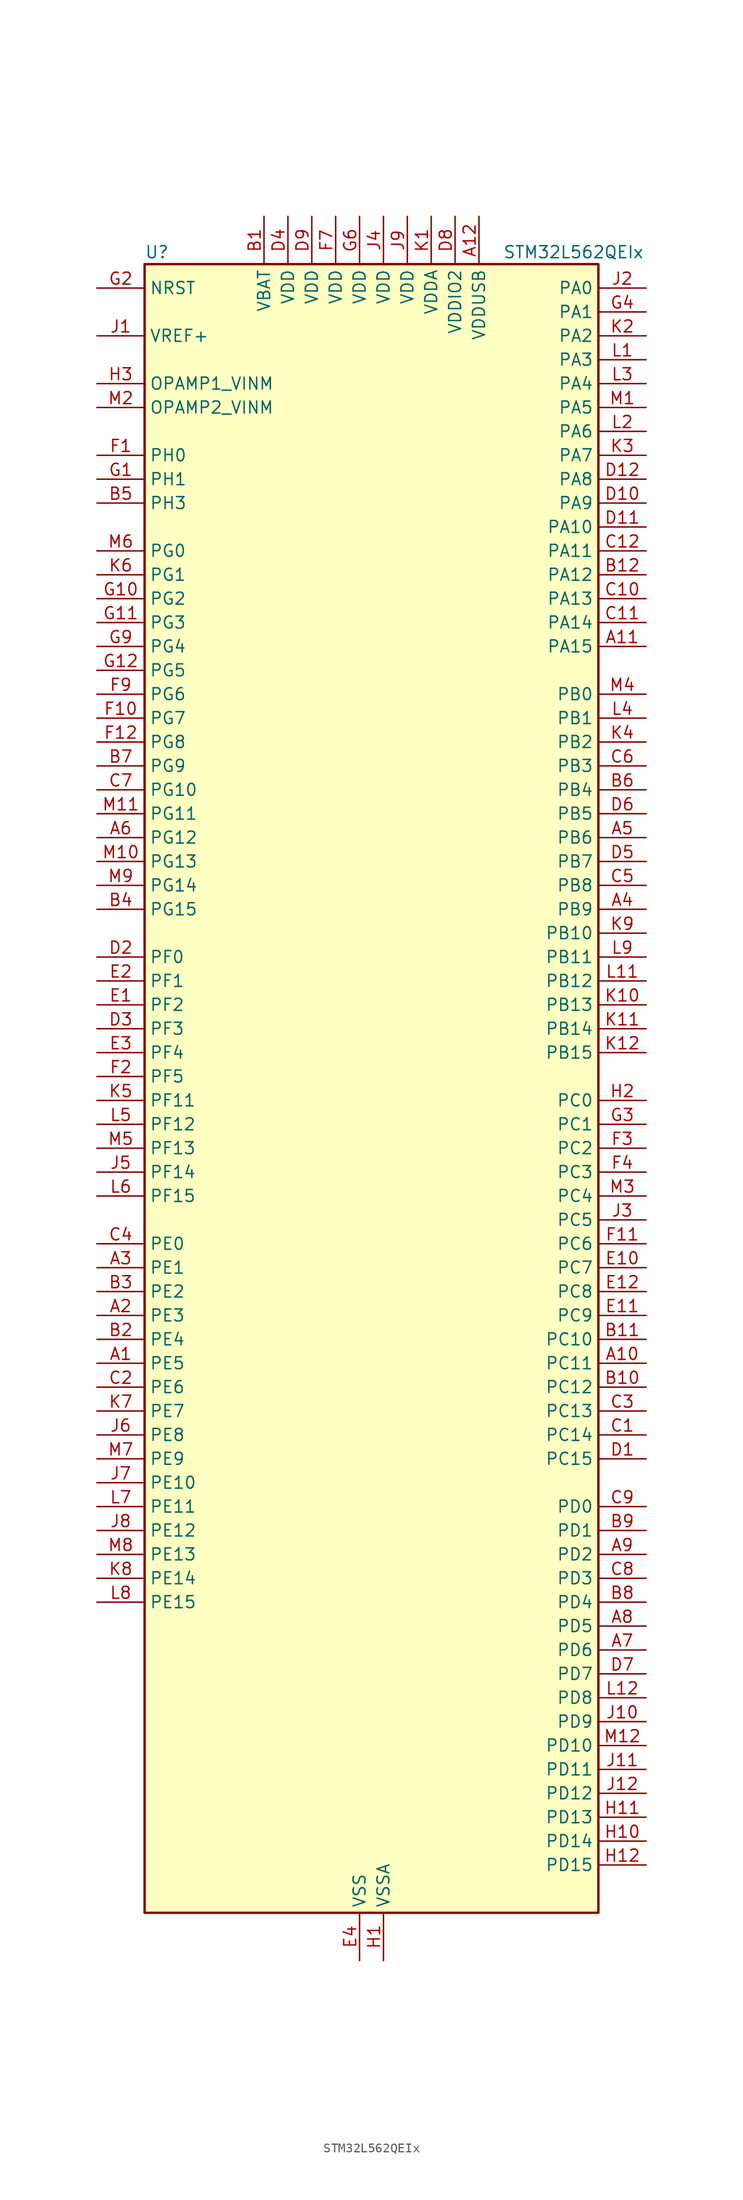
<source format=kicad_sym>
(kicad_symbol_lib
  (version 20231120)
  (generator "kicad_symbol_editor")
  (generator_version "8.0")
  (symbol "STM32L562QEIx"
    (property "Reference" "U"
      (at -22.86 90.17 0)
      (effects (font (size 1.27 1.27)) (justify left)))
    (property "Value" "STM32L562QEIx"
      (at 15.24 90.17 0)
      (effects (font (size 1.27 1.27)) (justify left)))
    (property "ki_locked" ""
      (at 0 0 0)
      (effects (font (size 1.27 1.27))))
    (symbol "STM32L562QEIx_0_1"
      (rectangle (start -22.86 -86.36) (end 25.4 88.9) (stroke (width 0.254) (type default)) (fill (type background))))
    (symbol "STM32L562QEIx_1_1"
      (pin bidirectional line (at -27.94 -27.94 0) (length 5.08) (name "PE5" (effects (font (size 1.27 1.27)))) (number "A1" (effects (font (size 1.27 1.27)))) (alternate "DEBUG_TRACED2" bidirectional line) (alternate "DFSDM1_CKIN3" bidirectional line) (alternate "FMC_A21" bidirectional line) (alternate "SAI1_CK2" bidirectional line) (alternate "SAI1_SCK_A" bidirectional line) (alternate "TIM3_CH3" bidirectional line) (alternate "TSC_G7_IO4" bidirectional line))
      (pin bidirectional line (at 30.48 -27.94 180) (length 5.08) (name "PC11" (effects (font (size 1.27 1.27)))) (number "A10" (effects (font (size 1.27 1.27)))) (alternate "ADC1_EXTI11" bidirectional line) (alternate "ADC2_EXTI11" bidirectional line) (alternate "LPTIM3_IN1" bidirectional line) (alternate "OCTOSPI1_NCS" bidirectional line) (alternate "SAI2_MCLK_B" bidirectional line) (alternate "SDMMC1_D3" bidirectional line) (alternate "SPI3_MISO" bidirectional line) (alternate "TSC_G3_IO3" bidirectional line) (alternate "UART4_RX" bidirectional line) (alternate "UCPD1_FRSTX2" bidirectional line) (alternate "USART3_RX" bidirectional line))
      (pin bidirectional line (at 30.48 48.26 180) (length 5.08) (name "PA15" (effects (font (size 1.27 1.27)))) (number "A11" (effects (font (size 1.27 1.27)))) (alternate "ADC1_EXTI15" bidirectional line) (alternate "ADC2_EXTI15" bidirectional line) (alternate "DEBUG_JTDI" bidirectional line) (alternate "SAI2_FS_B" bidirectional line) (alternate "SPI1_NSS" bidirectional line) (alternate "SPI3_NSS" bidirectional line) (alternate "TIM2_CH1" bidirectional line) (alternate "TIM2_ETR" bidirectional line) (alternate "UART4_DE" bidirectional line) (alternate "UART4_RTS" bidirectional line) (alternate "UCPD1_CC1" bidirectional line) (alternate "USART2_RX" bidirectional line) (alternate "USART3_DE" bidirectional line) (alternate "USART3_RTS" bidirectional line))
      (pin power_in line (at 12.7 93.98 270) (length 5.08) (name "VDDUSB" (effects (font (size 1.27 1.27)))) (number "A12" (effects (font (size 1.27 1.27)))))
      (pin bidirectional line (at -27.94 -22.86 0) (length 5.08) (name "PE3" (effects (font (size 1.27 1.27)))) (number "A2" (effects (font (size 1.27 1.27)))) (alternate "DEBUG_TRACED0" bidirectional line) (alternate "FMC_A19" bidirectional line) (alternate "OCTOSPI1_DQS" bidirectional line) (alternate "SAI1_SD_B" bidirectional line) (alternate "TIM3_CH1" bidirectional line) (alternate "TSC_G7_IO2" bidirectional line))
      (pin bidirectional line (at -27.94 -17.78 0) (length 5.08) (name "PE1" (effects (font (size 1.27 1.27)))) (number "A3" (effects (font (size 1.27 1.27)))) (alternate "FMC_NBL1" bidirectional line) (alternate "TIM17_CH1" bidirectional line))
      (pin bidirectional line (at 30.48 20.32 180) (length 5.08) (name "PB9" (effects (font (size 1.27 1.27)))) (number "A4" (effects (font (size 1.27 1.27)))) (alternate "DAC1_EXTI9" bidirectional line) (alternate "FDCAN1_TX" bidirectional line) (alternate "I2C1_SDA" bidirectional line) (alternate "IR_OUT" bidirectional line) (alternate "SAI1_D2" bidirectional line) (alternate "SAI1_FS_A" bidirectional line) (alternate "SDMMC1_CDIR" bidirectional line) (alternate "SDMMC1_D5" bidirectional line) (alternate "SPI2_NSS" bidirectional line) (alternate "TIM17_CH1" bidirectional line) (alternate "TIM4_CH4" bidirectional line))
      (pin bidirectional line (at 30.48 27.94 180) (length 5.08) (name "PB6" (effects (font (size 1.27 1.27)))) (number "A5" (effects (font (size 1.27 1.27)))) (alternate "COMP2_INP" bidirectional line) (alternate "I2C1_SCL" bidirectional line) (alternate "I2C4_SCL" bidirectional line) (alternate "LPTIM1_ETR" bidirectional line) (alternate "SAI1_FS_B" bidirectional line) (alternate "TIM16_CH1N" bidirectional line) (alternate "TIM4_CH1" bidirectional line) (alternate "TIM8_BKIN2" bidirectional line) (alternate "TSC_G2_IO3" bidirectional line) (alternate "USART1_TX" bidirectional line))
      (pin bidirectional line (at -27.94 27.94 0) (length 5.08) (name "PG12" (effects (font (size 1.27 1.27)))) (number "A6" (effects (font (size 1.27 1.27)))) (alternate "FMC_NE4" bidirectional line) (alternate "LPTIM1_ETR" bidirectional line) (alternate "SAI2_SD_A" bidirectional line) (alternate "SPI3_NSS" bidirectional line) (alternate "USART1_DE" bidirectional line) (alternate "USART1_RTS" bidirectional line))
      (pin bidirectional line (at 30.48 -58.42 180) (length 5.08) (name "PD6" (effects (font (size 1.27 1.27)))) (number "A7" (effects (font (size 1.27 1.27)))) (alternate "DFSDM1_DATIN1" bidirectional line) (alternate "FMC_NWAIT" bidirectional line) (alternate "OCTOSPI1_IO6" bidirectional line) (alternate "SAI1_D1" bidirectional line) (alternate "SAI1_SD_A" bidirectional line) (alternate "SPI3_MOSI" bidirectional line) (alternate "USART2_RX" bidirectional line))
      (pin bidirectional line (at 30.48 -55.88 180) (length 5.08) (name "PD5" (effects (font (size 1.27 1.27)))) (number "A8" (effects (font (size 1.27 1.27)))) (alternate "FMC_NWE" bidirectional line) (alternate "OCTOSPI1_IO5" bidirectional line) (alternate "USART2_TX" bidirectional line))
      (pin bidirectional line (at 30.48 -48.26 180) (length 5.08) (name "PD2" (effects (font (size 1.27 1.27)))) (number "A9" (effects (font (size 1.27 1.27)))) (alternate "DEBUG_TRACED2" bidirectional line) (alternate "SDMMC1_CMD" bidirectional line) (alternate "TIM3_ETR" bidirectional line) (alternate "TSC_SYNC" bidirectional line) (alternate "UART5_RX" bidirectional line) (alternate "USART3_DE" bidirectional line) (alternate "USART3_RTS" bidirectional line))
      (pin power_in line (at -10.16 93.98 270) (length 5.08) (name "VBAT" (effects (font (size 1.27 1.27)))) (number "B1" (effects (font (size 1.27 1.27)))))
      (pin bidirectional line (at 30.48 -30.48 180) (length 5.08) (name "PC12" (effects (font (size 1.27 1.27)))) (number "B10" (effects (font (size 1.27 1.27)))) (alternate "DEBUG_TRACED3" bidirectional line) (alternate "SAI2_SD_B" bidirectional line) (alternate "SDMMC1_CK" bidirectional line) (alternate "SPI3_MOSI" bidirectional line) (alternate "TSC_G3_IO4" bidirectional line) (alternate "UART5_TX" bidirectional line) (alternate "USART3_CK" bidirectional line))
      (pin bidirectional line (at 30.48 -25.4 180) (length 5.08) (name "PC10" (effects (font (size 1.27 1.27)))) (number "B11" (effects (font (size 1.27 1.27)))) (alternate "DEBUG_TRACED1" bidirectional line) (alternate "LPTIM3_ETR" bidirectional line) (alternate "SAI2_SCK_B" bidirectional line) (alternate "SDMMC1_D2" bidirectional line) (alternate "SPI3_SCK" bidirectional line) (alternate "TSC_G3_IO2" bidirectional line) (alternate "UART4_TX" bidirectional line) (alternate "USART3_TX" bidirectional line))
      (pin bidirectional line (at 30.48 55.88 180) (length 5.08) (name "PA12" (effects (font (size 1.27 1.27)))) (number "B12" (effects (font (size 1.27 1.27)))) (alternate "FDCAN1_TX" bidirectional line) (alternate "SPI1_MOSI" bidirectional line) (alternate "TIM1_ETR" bidirectional line) (alternate "USART1_DE" bidirectional line) (alternate "USART1_RTS" bidirectional line) (alternate "USB_DP" bidirectional line))
      (pin bidirectional line (at -27.94 -25.4 0) (length 5.08) (name "PE4" (effects (font (size 1.27 1.27)))) (number "B2" (effects (font (size 1.27 1.27)))) (alternate "DEBUG_TRACED1" bidirectional line) (alternate "DFSDM1_DATIN3" bidirectional line) (alternate "FMC_A20" bidirectional line) (alternate "SAI1_D2" bidirectional line) (alternate "SAI1_FS_A" bidirectional line) (alternate "TIM3_CH2" bidirectional line) (alternate "TSC_G7_IO3" bidirectional line))
      (pin bidirectional line (at -27.94 -20.32 0) (length 5.08) (name "PE2" (effects (font (size 1.27 1.27)))) (number "B3" (effects (font (size 1.27 1.27)))) (alternate "DEBUG_TRACECLK" bidirectional line) (alternate "FMC_A23" bidirectional line) (alternate "SAI1_CK1" bidirectional line) (alternate "SAI1_MCLK_A" bidirectional line) (alternate "TIM3_ETR" bidirectional line) (alternate "TSC_G7_IO1" bidirectional line))
      (pin bidirectional line (at -27.94 20.32 0) (length 5.08) (name "PG15" (effects (font (size 1.27 1.27)))) (number "B4" (effects (font (size 1.27 1.27)))) (alternate "ADC1_EXTI15" bidirectional line) (alternate "ADC2_EXTI15" bidirectional line) (alternate "I2C1_SMBA" bidirectional line) (alternate "LPTIM1_OUT" bidirectional line))
      (pin bidirectional line (at -27.94 63.5 0) (length 5.08) (name "PH3" (effects (font (size 1.27 1.27)))) (number "B5" (effects (font (size 1.27 1.27)))))
      (pin bidirectional line (at 30.48 33.02 180) (length 5.08) (name "PB4" (effects (font (size 1.27 1.27)))) (number "B6" (effects (font (size 1.27 1.27)))) (alternate "COMP2_INP" bidirectional line) (alternate "DEBUG_JTRST" bidirectional line) (alternate "I2C3_SDA" bidirectional line) (alternate "SAI1_MCLK_B" bidirectional line) (alternate "SPI1_MISO" bidirectional line) (alternate "SPI3_MISO" bidirectional line) (alternate "TIM17_BKIN" bidirectional line) (alternate "TIM3_CH1" bidirectional line) (alternate "TSC_G2_IO1" bidirectional line) (alternate "UART5_DE" bidirectional line) (alternate "UART5_RTS" bidirectional line) (alternate "USART1_CTS" bidirectional line) (alternate "USART1_NSS" bidirectional line))
      (pin bidirectional line (at -27.94 35.56 0) (length 5.08) (name "PG9" (effects (font (size 1.27 1.27)))) (number "B7" (effects (font (size 1.27 1.27)))) (alternate "DAC1_EXTI9" bidirectional line) (alternate "FMC_NCE" bidirectional line) (alternate "FMC_NE2" bidirectional line) (alternate "SAI2_SCK_A" bidirectional line) (alternate "SPI3_SCK" bidirectional line) (alternate "TIM15_CH1N" bidirectional line) (alternate "USART1_TX" bidirectional line))
      (pin bidirectional line (at 30.48 -53.34 180) (length 5.08) (name "PD4" (effects (font (size 1.27 1.27)))) (number "B8" (effects (font (size 1.27 1.27)))) (alternate "DFSDM1_CKIN0" bidirectional line) (alternate "FMC_NOE" bidirectional line) (alternate "OCTOSPI1_IO4" bidirectional line) (alternate "SPI2_MOSI" bidirectional line) (alternate "USART2_DE" bidirectional line) (alternate "USART2_RTS" bidirectional line))
      (pin bidirectional line (at 30.48 -45.72 180) (length 5.08) (name "PD1" (effects (font (size 1.27 1.27)))) (number "B9" (effects (font (size 1.27 1.27)))) (alternate "FDCAN1_TX" bidirectional line) (alternate "FMC_D3" bidirectional line) (alternate "FMC_DA3" bidirectional line) (alternate "SPI2_SCK" bidirectional line))
      (pin bidirectional line (at 30.48 -35.56 180) (length 5.08) (name "PC14" (effects (font (size 1.27 1.27)))) (number "C1" (effects (font (size 1.27 1.27)))) (alternate "RCC_OSC32_IN" bidirectional line))
      (pin bidirectional line (at 30.48 53.34 180) (length 5.08) (name "PA13" (effects (font (size 1.27 1.27)))) (number "C10" (effects (font (size 1.27 1.27)))) (alternate "DEBUG_JTMS-SWDIO" bidirectional line) (alternate "IR_OUT" bidirectional line) (alternate "SAI1_SD_B" bidirectional line) (alternate "USB_NOE" bidirectional line))
      (pin bidirectional line (at 30.48 50.8 180) (length 5.08) (name "PA14" (effects (font (size 1.27 1.27)))) (number "C11" (effects (font (size 1.27 1.27)))) (alternate "DEBUG_JTCK-SWCLK" bidirectional line) (alternate "I2C1_SMBA" bidirectional line) (alternate "I2C4_SMBA" bidirectional line) (alternate "LPTIM1_OUT" bidirectional line) (alternate "SAI1_FS_B" bidirectional line))
      (pin bidirectional line (at 30.48 58.42 180) (length 5.08) (name "PA11" (effects (font (size 1.27 1.27)))) (number "C12" (effects (font (size 1.27 1.27)))) (alternate "ADC1_EXTI11" bidirectional line) (alternate "ADC2_EXTI11" bidirectional line) (alternate "FDCAN1_RX" bidirectional line) (alternate "SPI1_MISO" bidirectional line) (alternate "TIM1_BKIN2" bidirectional line) (alternate "TIM1_CH4" bidirectional line) (alternate "USART1_CTS" bidirectional line) (alternate "USART1_NSS" bidirectional line) (alternate "USB_DM" bidirectional line))
      (pin bidirectional line (at -27.94 -30.48 0) (length 5.08) (name "PE6" (effects (font (size 1.27 1.27)))) (number "C2" (effects (font (size 1.27 1.27)))) (alternate "DEBUG_TRACED3" bidirectional line) (alternate "FMC_A22" bidirectional line) (alternate "PWR_WKUP3" bidirectional line) (alternate "SAI1_D1" bidirectional line) (alternate "SAI1_SD_A" bidirectional line) (alternate "TAMP_IN3" bidirectional line) (alternate "TAMP_OUT6" bidirectional line) (alternate "TIM3_CH4" bidirectional line))
      (pin bidirectional line (at 30.48 -33.02 180) (length 5.08) (name "PC13" (effects (font (size 1.27 1.27)))) (number "C3" (effects (font (size 1.27 1.27)))) (alternate "PWR_WKUP2" bidirectional line) (alternate "RTC_OUT1" bidirectional line) (alternate "RTC_TS" bidirectional line) (alternate "TAMP_IN1" bidirectional line) (alternate "TAMP_OUT2" bidirectional line))
      (pin bidirectional line (at -27.94 -15.24 0) (length 5.08) (name "PE0" (effects (font (size 1.27 1.27)))) (number "C4" (effects (font (size 1.27 1.27)))) (alternate "FMC_NBL0" bidirectional line) (alternate "TIM16_CH1" bidirectional line) (alternate "TIM4_ETR" bidirectional line))
      (pin bidirectional line (at 30.48 22.86 180) (length 5.08) (name "PB8" (effects (font (size 1.27 1.27)))) (number "C5" (effects (font (size 1.27 1.27)))) (alternate "DFSDM1_CKOUT" bidirectional line) (alternate "FDCAN1_RX" bidirectional line) (alternate "I2C1_SCL" bidirectional line) (alternate "SAI1_CK1" bidirectional line) (alternate "SAI1_MCLK_A" bidirectional line) (alternate "SDMMC1_CKIN" bidirectional line) (alternate "SDMMC1_D4" bidirectional line) (alternate "TIM16_CH1" bidirectional line) (alternate "TIM4_CH3" bidirectional line))
      (pin bidirectional line (at 30.48 35.56 180) (length 5.08) (name "PB3" (effects (font (size 1.27 1.27)))) (number "C6" (effects (font (size 1.27 1.27)))) (alternate "COMP2_INM" bidirectional line) (alternate "CRS_SYNC" bidirectional line) (alternate "DEBUG_JTDO-SWO" bidirectional line) (alternate "SAI1_SCK_B" bidirectional line) (alternate "SPI1_SCK" bidirectional line) (alternate "SPI3_SCK" bidirectional line) (alternate "TIM2_CH2" bidirectional line) (alternate "USART1_DE" bidirectional line) (alternate "USART1_RTS" bidirectional line))
      (pin bidirectional line (at -27.94 33.02 0) (length 5.08) (name "PG10" (effects (font (size 1.27 1.27)))) (number "C7" (effects (font (size 1.27 1.27)))) (alternate "FMC_NE3" bidirectional line) (alternate "LPTIM1_IN1" bidirectional line) (alternate "SAI2_FS_A" bidirectional line) (alternate "SPI3_MISO" bidirectional line) (alternate "TIM15_CH1" bidirectional line) (alternate "USART1_RX" bidirectional line))
      (pin bidirectional line (at 30.48 -50.8 180) (length 5.08) (name "PD3" (effects (font (size 1.27 1.27)))) (number "C8" (effects (font (size 1.27 1.27)))) (alternate "DFSDM1_DATIN0" bidirectional line) (alternate "FMC_CLK" bidirectional line) (alternate "SPI2_MISO" bidirectional line) (alternate "SPI2_SCK" bidirectional line) (alternate "USART2_CTS" bidirectional line) (alternate "USART2_NSS" bidirectional line))
      (pin bidirectional line (at 30.48 -43.18 180) (length 5.08) (name "PD0" (effects (font (size 1.27 1.27)))) (number "C9" (effects (font (size 1.27 1.27)))) (alternate "FDCAN1_RX" bidirectional line) (alternate "FMC_D2" bidirectional line) (alternate "FMC_DA2" bidirectional line) (alternate "SPI2_NSS" bidirectional line))
      (pin bidirectional line (at 30.48 -38.1 180) (length 5.08) (name "PC15" (effects (font (size 1.27 1.27)))) (number "D1" (effects (font (size 1.27 1.27)))) (alternate "ADC1_EXTI15" bidirectional line) (alternate "ADC2_EXTI15" bidirectional line) (alternate "RCC_OSC32_OUT" bidirectional line))
      (pin bidirectional line (at 30.48 63.5 180) (length 5.08) (name "PA9" (effects (font (size 1.27 1.27)))) (number "D10" (effects (font (size 1.27 1.27)))) (alternate "DAC1_EXTI9" bidirectional line) (alternate "SAI1_FS_A" bidirectional line) (alternate "SPI2_SCK" bidirectional line) (alternate "TIM15_BKIN" bidirectional line) (alternate "TIM1_CH2" bidirectional line) (alternate "USART1_TX" bidirectional line))
      (pin bidirectional line (at 30.48 60.96 180) (length 5.08) (name "PA10" (effects (font (size 1.27 1.27)))) (number "D11" (effects (font (size 1.27 1.27)))) (alternate "CRS_SYNC" bidirectional line) (alternate "SAI1_D1" bidirectional line) (alternate "SAI1_SD_A" bidirectional line) (alternate "TIM17_BKIN" bidirectional line) (alternate "TIM1_CH3" bidirectional line) (alternate "USART1_RX" bidirectional line))
      (pin bidirectional line (at 30.48 66.04 180) (length 5.08) (name "PA8" (effects (font (size 1.27 1.27)))) (number "D12" (effects (font (size 1.27 1.27)))) (alternate "LPTIM2_OUT" bidirectional line) (alternate "RCC_MCO" bidirectional line) (alternate "SAI1_CK2" bidirectional line) (alternate "SAI1_SCK_A" bidirectional line) (alternate "TIM1_CH1" bidirectional line) (alternate "USART1_CK" bidirectional line))
      (pin bidirectional line (at -27.94 15.24 0) (length 5.08) (name "PF0" (effects (font (size 1.27 1.27)))) (number "D2" (effects (font (size 1.27 1.27)))) (alternate "FMC_A0" bidirectional line) (alternate "I2C2_SDA" bidirectional line))
      (pin bidirectional line (at -27.94 7.62 0) (length 5.08) (name "PF3" (effects (font (size 1.27 1.27)))) (number "D3" (effects (font (size 1.27 1.27)))) (alternate "FMC_A3" bidirectional line) (alternate "LPTIM3_IN1" bidirectional line))
      (pin power_in line (at -7.62 93.98 270) (length 5.08) (name "VDD" (effects (font (size 1.27 1.27)))) (number "D4" (effects (font (size 1.27 1.27)))))
      (pin bidirectional line (at 30.48 25.4 180) (length 5.08) (name "PB7" (effects (font (size 1.27 1.27)))) (number "D5" (effects (font (size 1.27 1.27)))) (alternate "COMP2_INM" bidirectional line) (alternate "FMC_NL" bidirectional line) (alternate "I2C1_SDA" bidirectional line) (alternate "I2C4_SDA" bidirectional line) (alternate "LPTIM1_IN2" bidirectional line) (alternate "PWR_PVD_IN" bidirectional line) (alternate "TIM17_CH1N" bidirectional line) (alternate "TIM4_CH2" bidirectional line) (alternate "TIM8_BKIN" bidirectional line) (alternate "TSC_G2_IO4" bidirectional line) (alternate "UART4_CTS" bidirectional line) (alternate "USART1_RX" bidirectional line))
      (pin bidirectional line (at 30.48 30.48 180) (length 5.08) (name "PB5" (effects (font (size 1.27 1.27)))) (number "D6" (effects (font (size 1.27 1.27)))) (alternate "COMP2_OUT" bidirectional line) (alternate "I2C1_SMBA" bidirectional line) (alternate "LPTIM1_IN1" bidirectional line) (alternate "OCTOSPI1_NCLK" bidirectional line) (alternate "SAI1_SD_B" bidirectional line) (alternate "SPI1_MOSI" bidirectional line) (alternate "SPI3_MOSI" bidirectional line) (alternate "TIM16_BKIN" bidirectional line) (alternate "TIM3_CH2" bidirectional line) (alternate "TSC_G2_IO2" bidirectional line) (alternate "UART5_CTS" bidirectional line) (alternate "UCPD1_DBCC1" bidirectional line) (alternate "USART1_CK" bidirectional line))
      (pin bidirectional line (at 30.48 -60.96 180) (length 5.08) (name "PD7" (effects (font (size 1.27 1.27)))) (number "D7" (effects (font (size 1.27 1.27)))) (alternate "DFSDM1_CKIN1" bidirectional line) (alternate "FMC_NCE" bidirectional line) (alternate "FMC_NE1" bidirectional line) (alternate "OCTOSPI1_IO7" bidirectional line) (alternate "USART2_CK" bidirectional line))
      (pin power_in line (at 10.16 93.98 270) (length 5.08) (name "VDDIO2" (effects (font (size 1.27 1.27)))) (number "D8" (effects (font (size 1.27 1.27)))))
      (pin power_in line (at -5.08 93.98 270) (length 5.08) (name "VDD" (effects (font (size 1.27 1.27)))) (number "D9" (effects (font (size 1.27 1.27)))))
      (pin bidirectional line (at -27.94 10.16 0) (length 5.08) (name "PF2" (effects (font (size 1.27 1.27)))) (number "E1" (effects (font (size 1.27 1.27)))) (alternate "FMC_A2" bidirectional line) (alternate "I2C2_SMBA" bidirectional line))
      (pin bidirectional line (at 30.48 -17.78 180) (length 5.08) (name "PC7" (effects (font (size 1.27 1.27)))) (number "E10" (effects (font (size 1.27 1.27)))) (alternate "DFSDM1_DATIN3" bidirectional line) (alternate "SAI2_MCLK_B" bidirectional line) (alternate "SDMMC1_D123DIR" bidirectional line) (alternate "SDMMC1_D7" bidirectional line) (alternate "TIM3_CH2" bidirectional line) (alternate "TIM8_CH2" bidirectional line) (alternate "TSC_G4_IO2" bidirectional line))
      (pin bidirectional line (at 30.48 -22.86 180) (length 5.08) (name "PC9" (effects (font (size 1.27 1.27)))) (number "E11" (effects (font (size 1.27 1.27)))) (alternate "DAC1_EXTI9" bidirectional line) (alternate "DEBUG_TRACED0" bidirectional line) (alternate "SAI2_EXTCLK" bidirectional line) (alternate "SDMMC1_D1" bidirectional line) (alternate "TIM3_CH4" bidirectional line) (alternate "TIM8_BKIN2" bidirectional line) (alternate "TIM8_CH4" bidirectional line) (alternate "TSC_G4_IO4" bidirectional line) (alternate "USB_NOE" bidirectional line))
      (pin bidirectional line (at 30.48 -20.32 180) (length 5.08) (name "PC8" (effects (font (size 1.27 1.27)))) (number "E12" (effects (font (size 1.27 1.27)))) (alternate "SDMMC1_D0" bidirectional line) (alternate "TIM3_CH3" bidirectional line) (alternate "TIM8_CH3" bidirectional line) (alternate "TSC_G4_IO3" bidirectional line))
      (pin bidirectional line (at -27.94 12.7 0) (length 5.08) (name "PF1" (effects (font (size 1.27 1.27)))) (number "E2" (effects (font (size 1.27 1.27)))) (alternate "FMC_A1" bidirectional line) (alternate "I2C2_SCL" bidirectional line))
      (pin bidirectional line (at -27.94 5.08 0) (length 5.08) (name "PF4" (effects (font (size 1.27 1.27)))) (number "E3" (effects (font (size 1.27 1.27)))) (alternate "FMC_A4" bidirectional line) (alternate "LPTIM3_ETR" bidirectional line))
      (pin power_in line (at 0 -91.44 90) (length 5.08) (name "VSS" (effects (font (size 1.27 1.27)))) (number "E4" (effects (font (size 1.27 1.27)))))
      (pin passive line (at 0 -91.44 90) (length 5.08) hide (name "VSS" (effects (font (size 1.27 1.27)))) (number "E9" (effects (font (size 1.27 1.27)))))
      (pin bidirectional line (at -27.94 68.58 0) (length 5.08) (name "PH0" (effects (font (size 1.27 1.27)))) (number "F1" (effects (font (size 1.27 1.27)))) (alternate "RCC_OSC_IN" bidirectional line))
      (pin bidirectional line (at -27.94 40.64 0) (length 5.08) (name "PG7" (effects (font (size 1.27 1.27)))) (number "F10" (effects (font (size 1.27 1.27)))) (alternate "DFSDM1_CKOUT" bidirectional line) (alternate "FMC_INT" bidirectional line) (alternate "I2C3_SCL" bidirectional line) (alternate "LPUART1_TX" bidirectional line) (alternate "SAI1_CK1" bidirectional line) (alternate "SAI1_MCLK_A" bidirectional line) (alternate "UCPD1_FRSTX2" bidirectional line))
      (pin bidirectional line (at 30.48 -15.24 180) (length 5.08) (name "PC6" (effects (font (size 1.27 1.27)))) (number "F11" (effects (font (size 1.27 1.27)))) (alternate "DFSDM1_CKIN3" bidirectional line) (alternate "SAI2_MCLK_A" bidirectional line) (alternate "SDMMC1_D0DIR" bidirectional line) (alternate "SDMMC1_D6" bidirectional line) (alternate "TIM3_CH1" bidirectional line) (alternate "TIM8_CH1" bidirectional line) (alternate "TSC_G4_IO1" bidirectional line))
      (pin bidirectional line (at -27.94 38.1 0) (length 5.08) (name "PG8" (effects (font (size 1.27 1.27)))) (number "F12" (effects (font (size 1.27 1.27)))) (alternate "I2C3_SDA" bidirectional line) (alternate "LPUART1_RX" bidirectional line))
      (pin bidirectional line (at -27.94 2.54 0) (length 5.08) (name "PF5" (effects (font (size 1.27 1.27)))) (number "F2" (effects (font (size 1.27 1.27)))) (alternate "FMC_A5" bidirectional line) (alternate "LPTIM3_OUT" bidirectional line))
      (pin bidirectional line (at 30.48 -5.08 180) (length 5.08) (name "PC2" (effects (font (size 1.27 1.27)))) (number "F3" (effects (font (size 1.27 1.27)))) (alternate "ADC1_IN3" bidirectional line) (alternate "ADC2_IN3" bidirectional line) (alternate "DFSDM1_CKOUT" bidirectional line) (alternate "LPTIM1_IN2" bidirectional line) (alternate "OCTOSPI1_IO5" bidirectional line) (alternate "SPI2_MISO" bidirectional line))
      (pin bidirectional line (at 30.48 -7.62 180) (length 5.08) (name "PC3" (effects (font (size 1.27 1.27)))) (number "F4" (effects (font (size 1.27 1.27)))) (alternate "ADC1_IN4" bidirectional line) (alternate "ADC2_IN4" bidirectional line) (alternate "LPTIM1_ETR" bidirectional line) (alternate "LPTIM2_ETR" bidirectional line) (alternate "LPTIM3_OUT" bidirectional line) (alternate "OCTOSPI1_IO6" bidirectional line) (alternate "SAI1_D1" bidirectional line) (alternate "SAI1_SD_A" bidirectional line) (alternate "SPI2_MOSI" bidirectional line))
      (pin passive line (at 0 -91.44 90) (length 5.08) hide (name "VSS" (effects (font (size 1.27 1.27)))) (number "F6" (effects (font (size 1.27 1.27)))))
      (pin power_in line (at -2.54 93.98 270) (length 5.08) (name "VDD" (effects (font (size 1.27 1.27)))) (number "F7" (effects (font (size 1.27 1.27)))))
      (pin bidirectional line (at -27.94 43.18 0) (length 5.08) (name "PG6" (effects (font (size 1.27 1.27)))) (number "F9" (effects (font (size 1.27 1.27)))) (alternate "I2C3_SMBA" bidirectional line) (alternate "LPUART1_DE" bidirectional line) (alternate "LPUART1_RTS" bidirectional line) (alternate "OCTOSPI1_DQS" bidirectional line) (alternate "UCPD1_FRSTX1" bidirectional line))
      (pin bidirectional line (at -27.94 66.04 0) (length 5.08) (name "PH1" (effects (font (size 1.27 1.27)))) (number "G1" (effects (font (size 1.27 1.27)))) (alternate "RCC_OSC_OUT" bidirectional line))
      (pin bidirectional line (at -27.94 53.34 0) (length 5.08) (name "PG2" (effects (font (size 1.27 1.27)))) (number "G10" (effects (font (size 1.27 1.27)))) (alternate "FMC_A12" bidirectional line) (alternate "SAI2_SCK_B" bidirectional line) (alternate "SPI1_SCK" bidirectional line))
      (pin bidirectional line (at -27.94 50.8 0) (length 5.08) (name "PG3" (effects (font (size 1.27 1.27)))) (number "G11" (effects (font (size 1.27 1.27)))) (alternate "FMC_A13" bidirectional line) (alternate "SAI2_FS_B" bidirectional line) (alternate "SPI1_MISO" bidirectional line))
      (pin bidirectional line (at -27.94 45.72 0) (length 5.08) (name "PG5" (effects (font (size 1.27 1.27)))) (number "G12" (effects (font (size 1.27 1.27)))) (alternate "FMC_A15" bidirectional line) (alternate "LPUART1_CTS" bidirectional line) (alternate "SAI2_SD_B" bidirectional line) (alternate "SPI1_NSS" bidirectional line))
      (pin input line (at -27.94 86.36 0) (length 5.08) (name "NRST" (effects (font (size 1.27 1.27)))) (number "G2" (effects (font (size 1.27 1.27)))))
      (pin bidirectional line (at 30.48 -2.54 180) (length 5.08) (name "PC1" (effects (font (size 1.27 1.27)))) (number "G3" (effects (font (size 1.27 1.27)))) (alternate "ADC1_IN2" bidirectional line) (alternate "ADC2_IN2" bidirectional line) (alternate "DEBUG_TRACED0" bidirectional line) (alternate "I2C3_SDA" bidirectional line) (alternate "LPTIM1_OUT" bidirectional line) (alternate "LPUART1_TX" bidirectional line) (alternate "OCTOSPI1_IO4" bidirectional line) (alternate "SAI1_SD_A" bidirectional line) (alternate "SPI2_MOSI" bidirectional line))
      (pin bidirectional line (at 30.48 83.82 180) (length 5.08) (name "PA1" (effects (font (size 1.27 1.27)))) (number "G4" (effects (font (size 1.27 1.27)))) (alternate "ADC1_IN6" bidirectional line) (alternate "ADC2_IN6" bidirectional line) (alternate "I2C1_SMBA" bidirectional line) (alternate "OCTOSPI1_DQS" bidirectional line) (alternate "OPAMP1_VINM" bidirectional line) (alternate "SPI1_SCK" bidirectional line) (alternate "TAMP_IN5" bidirectional line) (alternate "TAMP_OUT4" bidirectional line) (alternate "TIM15_CH1N" bidirectional line) (alternate "TIM2_CH2" bidirectional line) (alternate "TIM5_CH2" bidirectional line) (alternate "UART4_RX" bidirectional line) (alternate "USART2_DE" bidirectional line) (alternate "USART2_RTS" bidirectional line))
      (pin power_in line (at 0 93.98 270) (length 5.08) (name "VDD" (effects (font (size 1.27 1.27)))) (number "G6" (effects (font (size 1.27 1.27)))))
      (pin passive line (at 0 -91.44 90) (length 5.08) hide (name "VSS" (effects (font (size 1.27 1.27)))) (number "G7" (effects (font (size 1.27 1.27)))))
      (pin bidirectional line (at -27.94 48.26 0) (length 5.08) (name "PG4" (effects (font (size 1.27 1.27)))) (number "G9" (effects (font (size 1.27 1.27)))) (alternate "FMC_A14" bidirectional line) (alternate "SAI2_MCLK_B" bidirectional line) (alternate "SPI1_MOSI" bidirectional line))
      (pin power_in line (at 2.54 -91.44 90) (length 5.08) (name "VSSA" (effects (font (size 1.27 1.27)))) (number "H1" (effects (font (size 1.27 1.27)))))
      (pin bidirectional line (at 30.48 -78.74 180) (length 5.08) (name "PD14" (effects (font (size 1.27 1.27)))) (number "H10" (effects (font (size 1.27 1.27)))) (alternate "FMC_D0" bidirectional line) (alternate "FMC_DA0" bidirectional line) (alternate "TIM4_CH3" bidirectional line))
      (pin bidirectional line (at 30.48 -76.2 180) (length 5.08) (name "PD13" (effects (font (size 1.27 1.27)))) (number "H11" (effects (font (size 1.27 1.27)))) (alternate "FMC_A18" bidirectional line) (alternate "I2C4_SDA" bidirectional line) (alternate "LPTIM2_OUT" bidirectional line) (alternate "TIM4_CH2" bidirectional line) (alternate "TSC_G6_IO4" bidirectional line))
      (pin bidirectional line (at 30.48 -81.28 180) (length 5.08) (name "PD15" (effects (font (size 1.27 1.27)))) (number "H12" (effects (font (size 1.27 1.27)))) (alternate "ADC1_EXTI15" bidirectional line) (alternate "ADC2_EXTI15" bidirectional line) (alternate "FMC_D1" bidirectional line) (alternate "FMC_DA1" bidirectional line) (alternate "TIM4_CH4" bidirectional line))
      (pin bidirectional line (at 30.48 0 180) (length 5.08) (name "PC0" (effects (font (size 1.27 1.27)))) (number "H2" (effects (font (size 1.27 1.27)))) (alternate "ADC1_IN1" bidirectional line) (alternate "ADC2_IN1" bidirectional line) (alternate "I2C3_SCL" bidirectional line) (alternate "LPTIM1_IN1" bidirectional line) (alternate "LPTIM2_IN1" bidirectional line) (alternate "LPUART1_RX" bidirectional line) (alternate "OCTOSPI1_IO7" bidirectional line) (alternate "SAI2_FS_A" bidirectional line) (alternate "SDMMC1_D5" bidirectional line))
      (pin bidirectional line (at -27.94 76.2 0) (length 5.08) (name "OPAMP1_VINM" (effects (font (size 1.27 1.27)))) (number "H3" (effects (font (size 1.27 1.27)))) (alternate "OPAMP1_VINM" bidirectional line))
      (pin passive line (at 0 -91.44 90) (length 5.08) hide (name "VSS" (effects (font (size 1.27 1.27)))) (number "H4" (effects (font (size 1.27 1.27)))))
      (pin passive line (at 0 -91.44 90) (length 5.08) hide (name "VSS" (effects (font (size 1.27 1.27)))) (number "H9" (effects (font (size 1.27 1.27)))))
      (pin input line (at -27.94 81.28 0) (length 5.08) (name "VREF+" (effects (font (size 1.27 1.27)))) (number "J1" (effects (font (size 1.27 1.27)))) (alternate "VREFBUF_OUT" bidirectional line))
      (pin bidirectional line (at 30.48 -66.04 180) (length 5.08) (name "PD9" (effects (font (size 1.27 1.27)))) (number "J10" (effects (font (size 1.27 1.27)))) (alternate "DAC1_EXTI9" bidirectional line) (alternate "FMC_D14" bidirectional line) (alternate "FMC_DA14" bidirectional line) (alternate "SAI2_MCLK_A" bidirectional line) (alternate "USART3_RX" bidirectional line))
      (pin bidirectional line (at 30.48 -71.12 180) (length 5.08) (name "PD11" (effects (font (size 1.27 1.27)))) (number "J11" (effects (font (size 1.27 1.27)))) (alternate "ADC1_EXTI11" bidirectional line) (alternate "ADC2_EXTI11" bidirectional line) (alternate "FMC_A16" bidirectional line) (alternate "FMC_CLE" bidirectional line) (alternate "I2C4_SMBA" bidirectional line) (alternate "LPTIM2_ETR" bidirectional line) (alternate "SAI2_SD_A" bidirectional line) (alternate "TSC_G6_IO2" bidirectional line) (alternate "USART3_CTS" bidirectional line) (alternate "USART3_NSS" bidirectional line))
      (pin bidirectional line (at 30.48 -73.66 180) (length 5.08) (name "PD12" (effects (font (size 1.27 1.27)))) (number "J12" (effects (font (size 1.27 1.27)))) (alternate "FMC_A17" bidirectional line) (alternate "FMC_ALE" bidirectional line) (alternate "I2C4_SCL" bidirectional line) (alternate "LPTIM2_IN1" bidirectional line) (alternate "SAI2_FS_A" bidirectional line) (alternate "TIM4_CH1" bidirectional line) (alternate "TSC_G6_IO3" bidirectional line) (alternate "USART3_DE" bidirectional line) (alternate "USART3_RTS" bidirectional line))
      (pin bidirectional line (at 30.48 86.36 180) (length 5.08) (name "PA0" (effects (font (size 1.27 1.27)))) (number "J2" (effects (font (size 1.27 1.27)))) (alternate "ADC1_IN5" bidirectional line) (alternate "ADC2_IN5" bidirectional line) (alternate "OPAMP1_VINP" bidirectional line) (alternate "PWR_WKUP1" bidirectional line) (alternate "SAI1_EXTCLK" bidirectional line) (alternate "TAMP_IN2" bidirectional line) (alternate "TAMP_OUT1" bidirectional line) (alternate "TIM2_CH1" bidirectional line) (alternate "TIM2_ETR" bidirectional line) (alternate "TIM5_CH1" bidirectional line) (alternate "TIM8_ETR" bidirectional line) (alternate "UART4_TX" bidirectional line) (alternate "USART2_CTS" bidirectional line) (alternate "USART2_NSS" bidirectional line))
      (pin bidirectional line (at 30.48 -12.7 180) (length 5.08) (name "PC5" (effects (font (size 1.27 1.27)))) (number "J3" (effects (font (size 1.27 1.27)))) (alternate "ADC1_IN14" bidirectional line) (alternate "ADC2_IN14" bidirectional line) (alternate "COMP1_INP" bidirectional line) (alternate "PWR_WKUP5" bidirectional line) (alternate "SAI1_D3" bidirectional line) (alternate "TAMP_IN4" bidirectional line) (alternate "TAMP_OUT5" bidirectional line) (alternate "USART3_RX" bidirectional line))
      (pin power_in line (at 2.54 93.98 270) (length 5.08) (name "VDD" (effects (font (size 1.27 1.27)))) (number "J4" (effects (font (size 1.27 1.27)))))
      (pin bidirectional line (at -27.94 -7.62 0) (length 5.08) (name "PF14" (effects (font (size 1.27 1.27)))) (number "J5" (effects (font (size 1.27 1.27)))) (alternate "FMC_A8" bidirectional line) (alternate "I2C4_SCL" bidirectional line) (alternate "TSC_G8_IO1" bidirectional line))
      (pin bidirectional line (at -27.94 -35.56 0) (length 5.08) (name "PE8" (effects (font (size 1.27 1.27)))) (number "J6" (effects (font (size 1.27 1.27)))) (alternate "DFSDM1_CKIN2" bidirectional line) (alternate "FMC_D5" bidirectional line) (alternate "FMC_DA5" bidirectional line) (alternate "SAI1_SCK_B" bidirectional line) (alternate "TIM1_CH1N" bidirectional line))
      (pin bidirectional line (at -27.94 -40.64 0) (length 5.08) (name "PE10" (effects (font (size 1.27 1.27)))) (number "J7" (effects (font (size 1.27 1.27)))) (alternate "FMC_D7" bidirectional line) (alternate "FMC_DA7" bidirectional line) (alternate "OCTOSPI1_CLK" bidirectional line) (alternate "SAI1_MCLK_B" bidirectional line) (alternate "TIM1_CH2N" bidirectional line) (alternate "TSC_G5_IO1" bidirectional line))
      (pin bidirectional line (at -27.94 -45.72 0) (length 5.08) (name "PE12" (effects (font (size 1.27 1.27)))) (number "J8" (effects (font (size 1.27 1.27)))) (alternate "FMC_D9" bidirectional line) (alternate "FMC_DA9" bidirectional line) (alternate "OCTOSPI1_IO0" bidirectional line) (alternate "SPI1_NSS" bidirectional line) (alternate "TIM1_CH3N" bidirectional line) (alternate "TSC_G5_IO3" bidirectional line))
      (pin power_in line (at 5.08 93.98 270) (length 5.08) (name "VDD" (effects (font (size 1.27 1.27)))) (number "J9" (effects (font (size 1.27 1.27)))))
      (pin power_in line (at 7.62 93.98 270) (length 5.08) (name "VDDA" (effects (font (size 1.27 1.27)))) (number "K1" (effects (font (size 1.27 1.27)))))
      (pin bidirectional line (at 30.48 10.16 180) (length 5.08) (name "PB13" (effects (font (size 1.27 1.27)))) (number "K10" (effects (font (size 1.27 1.27)))) (alternate "DFSDM1_CKIN1" bidirectional line) (alternate "I2C2_SCL" bidirectional line) (alternate "LPTIM3_IN1" bidirectional line) (alternate "LPUART1_CTS" bidirectional line) (alternate "SAI2_SCK_A" bidirectional line) (alternate "SPI2_SCK" bidirectional line) (alternate "TIM15_CH1N" bidirectional line) (alternate "TIM1_CH1N" bidirectional line) (alternate "TSC_G1_IO2" bidirectional line) (alternate "UCPD1_FRSTX2" bidirectional line) (alternate "USART3_CTS" bidirectional line) (alternate "USART3_NSS" bidirectional line))
      (pin bidirectional line (at 30.48 7.62 180) (length 5.08) (name "PB14" (effects (font (size 1.27 1.27)))) (number "K11" (effects (font (size 1.27 1.27)))) (alternate "DFSDM1_DATIN2" bidirectional line) (alternate "I2C2_SDA" bidirectional line) (alternate "LPTIM3_ETR" bidirectional line) (alternate "SAI2_MCLK_A" bidirectional line) (alternate "SPI2_MISO" bidirectional line) (alternate "TIM15_CH1" bidirectional line) (alternate "TIM1_CH2N" bidirectional line) (alternate "TIM8_CH2N" bidirectional line) (alternate "TSC_G1_IO3" bidirectional line) (alternate "UCPD1_DBCC2" bidirectional line) (alternate "USART3_DE" bidirectional line) (alternate "USART3_RTS" bidirectional line))
      (pin bidirectional line (at 30.48 5.08 180) (length 5.08) (name "PB15" (effects (font (size 1.27 1.27)))) (number "K12" (effects (font (size 1.27 1.27)))) (alternate "ADC1_EXTI15" bidirectional line) (alternate "ADC2_EXTI15" bidirectional line) (alternate "DFSDM1_CKIN2" bidirectional line) (alternate "RTC_REFIN" bidirectional line) (alternate "SAI2_SD_A" bidirectional line) (alternate "SPI2_MOSI" bidirectional line) (alternate "TIM15_CH2" bidirectional line) (alternate "TIM1_CH3N" bidirectional line) (alternate "TIM8_CH3N" bidirectional line) (alternate "UCPD1_CC2" bidirectional line))
      (pin bidirectional line (at 30.48 81.28 180) (length 5.08) (name "PA2" (effects (font (size 1.27 1.27)))) (number "K2" (effects (font (size 1.27 1.27)))) (alternate "ADC1_IN7" bidirectional line) (alternate "ADC2_IN7" bidirectional line) (alternate "COMP1_INP" bidirectional line) (alternate "LPUART1_TX" bidirectional line) (alternate "OCTOSPI1_NCS" bidirectional line) (alternate "PWR_WKUP4" bidirectional line) (alternate "RCC_LSCO" bidirectional line) (alternate "SAI2_EXTCLK" bidirectional line) (alternate "TIM15_CH1" bidirectional line) (alternate "TIM2_CH3" bidirectional line) (alternate "TIM5_CH3" bidirectional line) (alternate "UCPD1_FRSTX1" bidirectional line) (alternate "USART2_TX" bidirectional line))
      (pin bidirectional line (at 30.48 68.58 180) (length 5.08) (name "PA7" (effects (font (size 1.27 1.27)))) (number "K3" (effects (font (size 1.27 1.27)))) (alternate "ADC1_IN12" bidirectional line) (alternate "ADC2_IN12" bidirectional line) (alternate "I2C3_SCL" bidirectional line) (alternate "OCTOSPI1_IO2" bidirectional line) (alternate "OPAMP2_VINM" bidirectional line) (alternate "SPI1_MOSI" bidirectional line) (alternate "TIM17_CH1" bidirectional line) (alternate "TIM1_CH1N" bidirectional line) (alternate "TIM3_CH2" bidirectional line) (alternate "TIM8_CH1N" bidirectional line))
      (pin bidirectional line (at 30.48 38.1 180) (length 5.08) (name "PB2" (effects (font (size 1.27 1.27)))) (number "K4" (effects (font (size 1.27 1.27)))) (alternate "COMP1_INP" bidirectional line) (alternate "DFSDM1_CKIN0" bidirectional line) (alternate "I2C3_SMBA" bidirectional line) (alternate "LPTIM1_OUT" bidirectional line) (alternate "OCTOSPI1_DQS" bidirectional line) (alternate "RTC_OUT2" bidirectional line) (alternate "UCPD1_FRSTX1" bidirectional line))
      (pin bidirectional line (at -27.94 0 0) (length 5.08) (name "PF11" (effects (font (size 1.27 1.27)))) (number "K5" (effects (font (size 1.27 1.27)))) (alternate "ADC1_EXTI11" bidirectional line) (alternate "ADC2_EXTI11" bidirectional line) (alternate "OCTOSPI1_NCLK" bidirectional line))
      (pin bidirectional line (at -27.94 55.88 0) (length 5.08) (name "PG1" (effects (font (size 1.27 1.27)))) (number "K6" (effects (font (size 1.27 1.27)))) (alternate "FMC_A11" bidirectional line) (alternate "TSC_G8_IO4" bidirectional line))
      (pin bidirectional line (at -27.94 -33.02 0) (length 5.08) (name "PE7" (effects (font (size 1.27 1.27)))) (number "K7" (effects (font (size 1.27 1.27)))) (alternate "DFSDM1_DATIN2" bidirectional line) (alternate "FMC_D4" bidirectional line) (alternate "FMC_DA4" bidirectional line) (alternate "SAI1_SD_B" bidirectional line) (alternate "TIM1_ETR" bidirectional line))
      (pin bidirectional line (at -27.94 -50.8 0) (length 5.08) (name "PE14" (effects (font (size 1.27 1.27)))) (number "K8" (effects (font (size 1.27 1.27)))) (alternate "FMC_D11" bidirectional line) (alternate "FMC_DA11" bidirectional line) (alternate "OCTOSPI1_IO2" bidirectional line) (alternate "SPI1_MISO" bidirectional line) (alternate "TIM1_BKIN2" bidirectional line) (alternate "TIM1_CH4" bidirectional line))
      (pin bidirectional line (at 30.48 17.78 180) (length 5.08) (name "PB10" (effects (font (size 1.27 1.27)))) (number "K9" (effects (font (size 1.27 1.27)))) (alternate "COMP1_OUT" bidirectional line) (alternate "I2C2_SCL" bidirectional line) (alternate "I2C4_SCL" bidirectional line) (alternate "LPTIM3_OUT" bidirectional line) (alternate "LPUART1_RX" bidirectional line) (alternate "OCTOSPI1_CLK" bidirectional line) (alternate "SAI1_SCK_A" bidirectional line) (alternate "SPI2_SCK" bidirectional line) (alternate "TIM2_CH3" bidirectional line) (alternate "TSC_SYNC" bidirectional line) (alternate "USART3_TX" bidirectional line))
      (pin bidirectional line (at 30.48 78.74 180) (length 5.08) (name "PA3" (effects (font (size 1.27 1.27)))) (number "L1" (effects (font (size 1.27 1.27)))) (alternate "ADC1_IN8" bidirectional line) (alternate "ADC2_IN8" bidirectional line) (alternate "LPUART1_RX" bidirectional line) (alternate "OCTOSPI1_CLK" bidirectional line) (alternate "OPAMP1_VOUT" bidirectional line) (alternate "SAI1_CK1" bidirectional line) (alternate "SAI1_MCLK_A" bidirectional line) (alternate "TIM15_CH2" bidirectional line) (alternate "TIM2_CH4" bidirectional line) (alternate "TIM5_CH4" bidirectional line) (alternate "USART2_RX" bidirectional line))
      (pin passive line (at 0 -91.44 90) (length 5.08) hide (name "VSS" (effects (font (size 1.27 1.27)))) (number "L10" (effects (font (size 1.27 1.27)))))
      (pin bidirectional line (at 30.48 12.7 180) (length 5.08) (name "PB12" (effects (font (size 1.27 1.27)))) (number "L11" (effects (font (size 1.27 1.27)))) (alternate "DFSDM1_DATIN1" bidirectional line) (alternate "I2C2_SMBA" bidirectional line) (alternate "LPUART1_DE" bidirectional line) (alternate "LPUART1_RTS" bidirectional line) (alternate "OCTOSPI1_NCLK" bidirectional line) (alternate "SAI2_FS_A" bidirectional line) (alternate "SPI2_NSS" bidirectional line) (alternate "TIM15_BKIN" bidirectional line) (alternate "TIM1_BKIN" bidirectional line) (alternate "TSC_G1_IO1" bidirectional line) (alternate "USART3_CK" bidirectional line))
      (pin bidirectional line (at 30.48 -63.5 180) (length 5.08) (name "PD8" (effects (font (size 1.27 1.27)))) (number "L12" (effects (font (size 1.27 1.27)))) (alternate "FMC_D13" bidirectional line) (alternate "FMC_DA13" bidirectional line) (alternate "USART3_TX" bidirectional line))
      (pin bidirectional line (at 30.48 71.12 180) (length 5.08) (name "PA6" (effects (font (size 1.27 1.27)))) (number "L2" (effects (font (size 1.27 1.27)))) (alternate "ADC1_IN11" bidirectional line) (alternate "ADC2_IN11" bidirectional line) (alternate "LPUART1_CTS" bidirectional line) (alternate "OCTOSPI1_IO3" bidirectional line) (alternate "OPAMP2_VINP" bidirectional line) (alternate "SPI1_MISO" bidirectional line) (alternate "TIM16_CH1" bidirectional line) (alternate "TIM1_BKIN" bidirectional line) (alternate "TIM3_CH1" bidirectional line) (alternate "TIM8_BKIN" bidirectional line) (alternate "USART3_CTS" bidirectional line) (alternate "USART3_NSS" bidirectional line))
      (pin bidirectional line (at 30.48 76.2 180) (length 5.08) (name "PA4" (effects (font (size 1.27 1.27)))) (number "L3" (effects (font (size 1.27 1.27)))) (alternate "ADC1_IN9" bidirectional line) (alternate "ADC2_IN9" bidirectional line) (alternate "DAC1_OUT1" bidirectional line) (alternate "LPTIM2_OUT" bidirectional line) (alternate "OCTOSPI1_NCS" bidirectional line) (alternate "SAI1_FS_B" bidirectional line) (alternate "SPI1_NSS" bidirectional line) (alternate "SPI3_NSS" bidirectional line) (alternate "USART2_CK" bidirectional line))
      (pin bidirectional line (at 30.48 40.64 180) (length 5.08) (name "PB1" (effects (font (size 1.27 1.27)))) (number "L4" (effects (font (size 1.27 1.27)))) (alternate "ADC1_IN16" bidirectional line) (alternate "ADC2_IN16" bidirectional line) (alternate "COMP1_INM" bidirectional line) (alternate "DFSDM1_DATIN0" bidirectional line) (alternate "LPTIM2_IN1" bidirectional line) (alternate "LPUART1_DE" bidirectional line) (alternate "LPUART1_RTS" bidirectional line) (alternate "OCTOSPI1_IO0" bidirectional line) (alternate "TIM1_CH3N" bidirectional line) (alternate "TIM3_CH4" bidirectional line) (alternate "TIM8_CH3N" bidirectional line) (alternate "USART3_DE" bidirectional line) (alternate "USART3_RTS" bidirectional line))
      (pin bidirectional line (at -27.94 -2.54 0) (length 5.08) (name "PF12" (effects (font (size 1.27 1.27)))) (number "L5" (effects (font (size 1.27 1.27)))) (alternate "FMC_A6" bidirectional line))
      (pin bidirectional line (at -27.94 -10.16 0) (length 5.08) (name "PF15" (effects (font (size 1.27 1.27)))) (number "L6" (effects (font (size 1.27 1.27)))) (alternate "ADC1_EXTI15" bidirectional line) (alternate "ADC2_EXTI15" bidirectional line) (alternate "FMC_A9" bidirectional line) (alternate "I2C4_SDA" bidirectional line) (alternate "TSC_G8_IO2" bidirectional line))
      (pin bidirectional line (at -27.94 -43.18 0) (length 5.08) (name "PE11" (effects (font (size 1.27 1.27)))) (number "L7" (effects (font (size 1.27 1.27)))) (alternate "ADC1_EXTI11" bidirectional line) (alternate "ADC2_EXTI11" bidirectional line) (alternate "FMC_D8" bidirectional line) (alternate "FMC_DA8" bidirectional line) (alternate "OCTOSPI1_NCS" bidirectional line) (alternate "TIM1_CH2" bidirectional line) (alternate "TSC_G5_IO2" bidirectional line))
      (pin bidirectional line (at -27.94 -53.34 0) (length 5.08) (name "PE15" (effects (font (size 1.27 1.27)))) (number "L8" (effects (font (size 1.27 1.27)))) (alternate "ADC1_EXTI15" bidirectional line) (alternate "ADC2_EXTI15" bidirectional line) (alternate "FMC_D12" bidirectional line) (alternate "FMC_DA12" bidirectional line) (alternate "OCTOSPI1_IO3" bidirectional line) (alternate "SPI1_MOSI" bidirectional line) (alternate "TIM1_BKIN" bidirectional line))
      (pin bidirectional line (at 30.48 15.24 180) (length 5.08) (name "PB11" (effects (font (size 1.27 1.27)))) (number "L9" (effects (font (size 1.27 1.27)))) (alternate "ADC1_EXTI11" bidirectional line) (alternate "ADC2_EXTI11" bidirectional line) (alternate "COMP2_OUT" bidirectional line) (alternate "I2C2_SDA" bidirectional line) (alternate "I2C4_SDA" bidirectional line) (alternate "LPUART1_TX" bidirectional line) (alternate "OCTOSPI1_NCS" bidirectional line) (alternate "TIM2_CH4" bidirectional line) (alternate "USART3_RX" bidirectional line))
      (pin bidirectional line (at 30.48 73.66 180) (length 5.08) (name "PA5" (effects (font (size 1.27 1.27)))) (number "M1" (effects (font (size 1.27 1.27)))) (alternate "ADC1_IN10" bidirectional line) (alternate "ADC2_IN10" bidirectional line) (alternate "DAC1_OUT2" bidirectional line) (alternate "LPTIM2_ETR" bidirectional line) (alternate "SPI1_SCK" bidirectional line) (alternate "TIM2_CH1" bidirectional line) (alternate "TIM2_ETR" bidirectional line) (alternate "TIM8_CH1N" bidirectional line))
      (pin bidirectional line (at -27.94 25.4 0) (length 5.08) (name "PG13" (effects (font (size 1.27 1.27)))) (number "M10" (effects (font (size 1.27 1.27)))) (alternate "FMC_A24" bidirectional line) (alternate "I2C1_SDA" bidirectional line) (alternate "USART1_CK" bidirectional line))
      (pin bidirectional line (at -27.94 30.48 0) (length 5.08) (name "PG11" (effects (font (size 1.27 1.27)))) (number "M11" (effects (font (size 1.27 1.27)))) (alternate "ADC1_EXTI11" bidirectional line) (alternate "ADC2_EXTI11" bidirectional line) (alternate "LPTIM1_IN2" bidirectional line) (alternate "OCTOSPI1_IO5" bidirectional line) (alternate "SAI2_MCLK_A" bidirectional line) (alternate "SPI3_MOSI" bidirectional line) (alternate "TIM15_CH2" bidirectional line) (alternate "USART1_CTS" bidirectional line) (alternate "USART1_NSS" bidirectional line))
      (pin bidirectional line (at 30.48 -68.58 180) (length 5.08) (name "PD10" (effects (font (size 1.27 1.27)))) (number "M12" (effects (font (size 1.27 1.27)))) (alternate "FMC_D15" bidirectional line) (alternate "FMC_DA15" bidirectional line) (alternate "SAI2_SCK_A" bidirectional line) (alternate "TSC_G6_IO1" bidirectional line) (alternate "USART3_CK" bidirectional line))
      (pin bidirectional line (at -27.94 73.66 0) (length 5.08) (name "OPAMP2_VINM" (effects (font (size 1.27 1.27)))) (number "M2" (effects (font (size 1.27 1.27)))) (alternate "OPAMP2_VINM" bidirectional line))
      (pin bidirectional line (at 30.48 -10.16 180) (length 5.08) (name "PC4" (effects (font (size 1.27 1.27)))) (number "M3" (effects (font (size 1.27 1.27)))) (alternate "ADC1_IN13" bidirectional line) (alternate "ADC2_IN13" bidirectional line) (alternate "COMP1_INM" bidirectional line) (alternate "OCTOSPI1_IO7" bidirectional line) (alternate "USART3_TX" bidirectional line))
      (pin bidirectional line (at 30.48 43.18 180) (length 5.08) (name "PB0" (effects (font (size 1.27 1.27)))) (number "M4" (effects (font (size 1.27 1.27)))) (alternate "ADC1_IN15" bidirectional line) (alternate "ADC2_IN15" bidirectional line) (alternate "COMP1_OUT" bidirectional line) (alternate "OCTOSPI1_IO1" bidirectional line) (alternate "OPAMP2_VOUT" bidirectional line) (alternate "SAI1_EXTCLK" bidirectional line) (alternate "SPI1_NSS" bidirectional line) (alternate "TIM1_CH2N" bidirectional line) (alternate "TIM3_CH3" bidirectional line) (alternate "TIM8_CH2N" bidirectional line) (alternate "USART3_CK" bidirectional line))
      (pin bidirectional line (at -27.94 -5.08 0) (length 5.08) (name "PF13" (effects (font (size 1.27 1.27)))) (number "M5" (effects (font (size 1.27 1.27)))) (alternate "FMC_A7" bidirectional line) (alternate "I2C4_SMBA" bidirectional line))
      (pin bidirectional line (at -27.94 58.42 0) (length 5.08) (name "PG0" (effects (font (size 1.27 1.27)))) (number "M6" (effects (font (size 1.27 1.27)))) (alternate "FMC_A10" bidirectional line) (alternate "TSC_G8_IO3" bidirectional line))
      (pin bidirectional line (at -27.94 -38.1 0) (length 5.08) (name "PE9" (effects (font (size 1.27 1.27)))) (number "M7" (effects (font (size 1.27 1.27)))) (alternate "DAC1_EXTI9" bidirectional line) (alternate "DFSDM1_CKOUT" bidirectional line) (alternate "FMC_D6" bidirectional line) (alternate "FMC_DA6" bidirectional line) (alternate "OCTOSPI1_NCLK" bidirectional line) (alternate "SAI1_FS_B" bidirectional line) (alternate "TIM1_CH1" bidirectional line))
      (pin bidirectional line (at -27.94 -48.26 0) (length 5.08) (name "PE13" (effects (font (size 1.27 1.27)))) (number "M8" (effects (font (size 1.27 1.27)))) (alternate "FMC_D10" bidirectional line) (alternate "FMC_DA10" bidirectional line) (alternate "OCTOSPI1_IO1" bidirectional line) (alternate "SPI1_SCK" bidirectional line) (alternate "TIM1_CH3" bidirectional line) (alternate "TSC_G5_IO4" bidirectional line))
      (pin bidirectional line (at -27.94 22.86 0) (length 5.08) (name "PG14" (effects (font (size 1.27 1.27)))) (number "M9" (effects (font (size 1.27 1.27)))) (alternate "FMC_A25" bidirectional line) (alternate "I2C1_SCL" bidirectional line)))))
</source>
